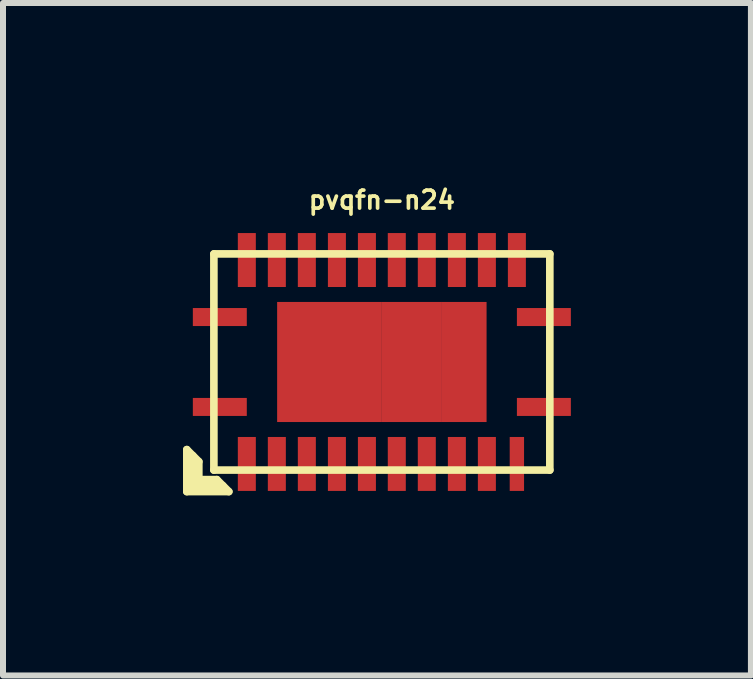
<source format=kicad_pcb>
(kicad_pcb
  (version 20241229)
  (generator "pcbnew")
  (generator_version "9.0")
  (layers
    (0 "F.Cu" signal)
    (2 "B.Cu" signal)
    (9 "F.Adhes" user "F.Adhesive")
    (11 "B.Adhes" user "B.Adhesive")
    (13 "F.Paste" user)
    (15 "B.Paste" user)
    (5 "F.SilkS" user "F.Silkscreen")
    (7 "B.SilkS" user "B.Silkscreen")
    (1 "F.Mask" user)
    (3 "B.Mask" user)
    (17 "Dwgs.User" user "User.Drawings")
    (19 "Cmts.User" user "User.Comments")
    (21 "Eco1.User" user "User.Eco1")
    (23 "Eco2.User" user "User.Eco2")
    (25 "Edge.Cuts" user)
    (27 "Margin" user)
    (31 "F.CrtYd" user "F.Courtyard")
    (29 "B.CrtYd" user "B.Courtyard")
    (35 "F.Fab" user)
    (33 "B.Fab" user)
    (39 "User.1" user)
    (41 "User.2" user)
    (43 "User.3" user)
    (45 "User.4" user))
  (footprint "pvqfn-n24"
    (layer "F.Cu")
    (at 3.313 2.982)
    (property "Reference" "pvqfn-n24" (at 0 -2.7 0) (layer "F.SilkS") (effects (font (size 0.3 0.3) (thickness 0.061))))
    (attr through_hole)
    (fp_line (start -3.25 1.46) (end -3.25 2.16) (stroke (width 0.127) (type solid)) (layer "F.SilkS"))
    (fp_line (start -3.25 2.16) (end -2.55 2.16) (stroke (width 0.127) (type solid)) (layer "F.SilkS"))
    (fp_line (start -3.15 2.06) (end -3.15 1.56) (stroke (width 0.127) (type solid)) (layer "F.SilkS"))
    (fp_line (start -3.05 1.66) (end -3.25 1.46) (stroke (width 0.127) (type solid)) (layer "F.SilkS"))
    (fp_line (start -3.05 1.96) (end -3.05 1.66) (stroke (width 0.127) (type solid)) (layer "F.SilkS"))
    (fp_line (start -2.799 -1.801) (end 2.799 -1.801) (stroke (width 0.127) (type solid)) (layer "F.SilkS"))
    (fp_line (start -2.799 1.801) (end -2.799 -1.801) (stroke (width 0.127) (type solid)) (layer "F.SilkS"))
    (fp_line (start -2.75 1.96) (end -3.05 1.96) (stroke (width 0.127) (type solid)) (layer "F.SilkS"))
    (fp_line (start -2.65 2.06) (end -3.15 2.06) (stroke (width 0.127) (type solid)) (layer "F.SilkS"))
    (fp_line (start -2.55 2.16) (end -2.75 1.96) (stroke (width 0.127) (type solid)) (layer "F.SilkS"))
    (fp_line (start 2.799 -1.801) (end 2.799 1.801) (stroke (width 0.127) (type solid)) (layer "F.SilkS"))
    (fp_line (start 2.799 1.801) (end -2.799 1.801) (stroke (width 0.127) (type solid)) (layer "F.SilkS"))
    (pad "1" smd rect (at -2.7 0.749) (size 0.899 0.3) (layers "F.Cu" "F.Mask" "F.Paste"))
    (pad "2" smd rect (at -2.25 1.699) (size 0.3 0.899) (layers "F.Cu" "F.Mask" "F.Paste"))
    (pad "3" smd rect (at -1.75 1.699) (size 0.3 0.899) (layers "F.Cu" "F.Mask" "F.Paste"))
    (pad "4" smd rect (at -1.25 1.699) (size 0.3 0.899) (layers "F.Cu" "F.Mask" "F.Paste"))
    (pad "5" smd rect (at -0.749 1.699) (size 0.3 0.899) (layers "F.Cu" "F.Mask" "F.Paste"))
    (pad "6" smd rect (at -0.249 1.699) (size 0.3 0.899) (layers "F.Cu" "F.Mask" "F.Paste"))
    (pad "7" smd rect (at 0.249 1.699) (size 0.3 0.899) (layers "F.Cu" "F.Mask" "F.Paste"))
    (pad "8" smd rect (at 0.749 1.699) (size 0.3 0.899) (layers "F.Cu" "F.Mask" "F.Paste"))
    (pad "9" smd rect (at 1.25 1.699) (size 0.3 0.899) (layers "F.Cu" "F.Mask" "F.Paste"))
    (pad "10" smd rect (at 1.75 1.699) (size 0.3 0.899) (layers "F.Cu" "F.Mask" "F.Paste"))
    (pad "11" smd rect (at 2.25 1.699) (size 0.239 0.899) (layers "F.Cu" "F.Mask" "F.Paste"))
    (pad "12" smd rect (at 2.7 0.749) (size 0.899 0.3) (layers "F.Cu" "F.Mask" "F.Paste"))
    (pad "13" smd rect (at 2.7 -0.749) (size 0.899 0.3) (layers "F.Cu" "F.Mask" "F.Paste"))
    (pad "14" smd rect (at 2.25 -1.699) (size 0.3 0.899) (layers "F.Cu" "F.Mask" "F.Paste"))
    (pad "15" smd rect (at 1.75 -1.699) (size 0.3 0.899) (layers "F.Cu" "F.Mask" "F.Paste"))
    (pad "16" smd rect (at 1.25 -1.699) (size 0.3 0.899) (layers "F.Cu" "F.Mask" "F.Paste"))
    (pad "17" smd rect (at 0.749 -1.699) (size 0.3 0.899) (layers "F.Cu" "F.Mask" "F.Paste"))
    (pad "18" smd rect (at 0.249 -1.699) (size 0.3 0.899) (layers "F.Cu" "F.Mask" "F.Paste"))
    (pad "19" smd rect (at -0.249 -1.699) (size 0.3 0.899) (layers "F.Cu" "F.Mask" "F.Paste"))
    (pad "20" smd rect (at -0.749 -1.699) (size 0.3 0.899) (layers "F.Cu" "F.Mask" "F.Paste"))
    (pad "21" smd rect (at -1.25 -1.699) (size 0.3 0.899) (layers "F.Cu" "F.Mask" "F.Paste"))
    (pad "22" smd rect (at -1.75 -1.699) (size 0.3 0.899) (layers "F.Cu" "F.Mask" "F.Paste"))
    (pad "23" smd rect (at -2.25 -1.699) (size 0.3 0.899) (layers "F.Cu" "F.Mask" "F.Paste"))
    (pad "24" smd rect (at -2.7 -0.749) (size 0.899 0.3) (layers "F.Cu" "F.Mask" "F.Paste"))
    (pad "25" smd rect (at -1.37 -0.5) (size 0.75 1.001) (layers "F.Cu" "F.Mask" "F.Paste"))
    (pad "25" smd rect (at -1.37 0.5) (size 0.75 1.001) (layers "F.Cu" "F.Mask" "F.Paste"))
    (pad "25" smd rect (at -0.5 -0.5) (size 1.001 1.001) (layers "F.Cu" "F.Mask" "F.Paste"))
    (pad "25" smd rect (at -0.5 0.5) (size 1.001 1.001) (layers "F.Cu" "F.Mask" "F.Paste"))
    (pad "25" smd rect (at 0.5 -0.5) (size 1.001 1.001) (layers "F.Cu" "F.Mask" "F.Paste"))
    (pad "25" smd rect (at 0.5 0.5) (size 1.001 1.001) (layers "F.Cu" "F.Mask" "F.Paste"))
    (pad "25" smd rect (at 1.37 -0.5) (size 0.75 1.001) (layers "F.Cu" "F.Mask" "F.Paste"))
    (pad "25" smd rect (at 1.37 0.5) (size 0.75 1.001) (layers "F.Cu" "F.Mask" "F.Paste")))
  (gr_rect
    (start -3 -3)
    (end 9.463 8.206)
    (stroke (width 0.1) (type default))
    (fill no)
    (layer "Edge.Cuts")))
</source>
